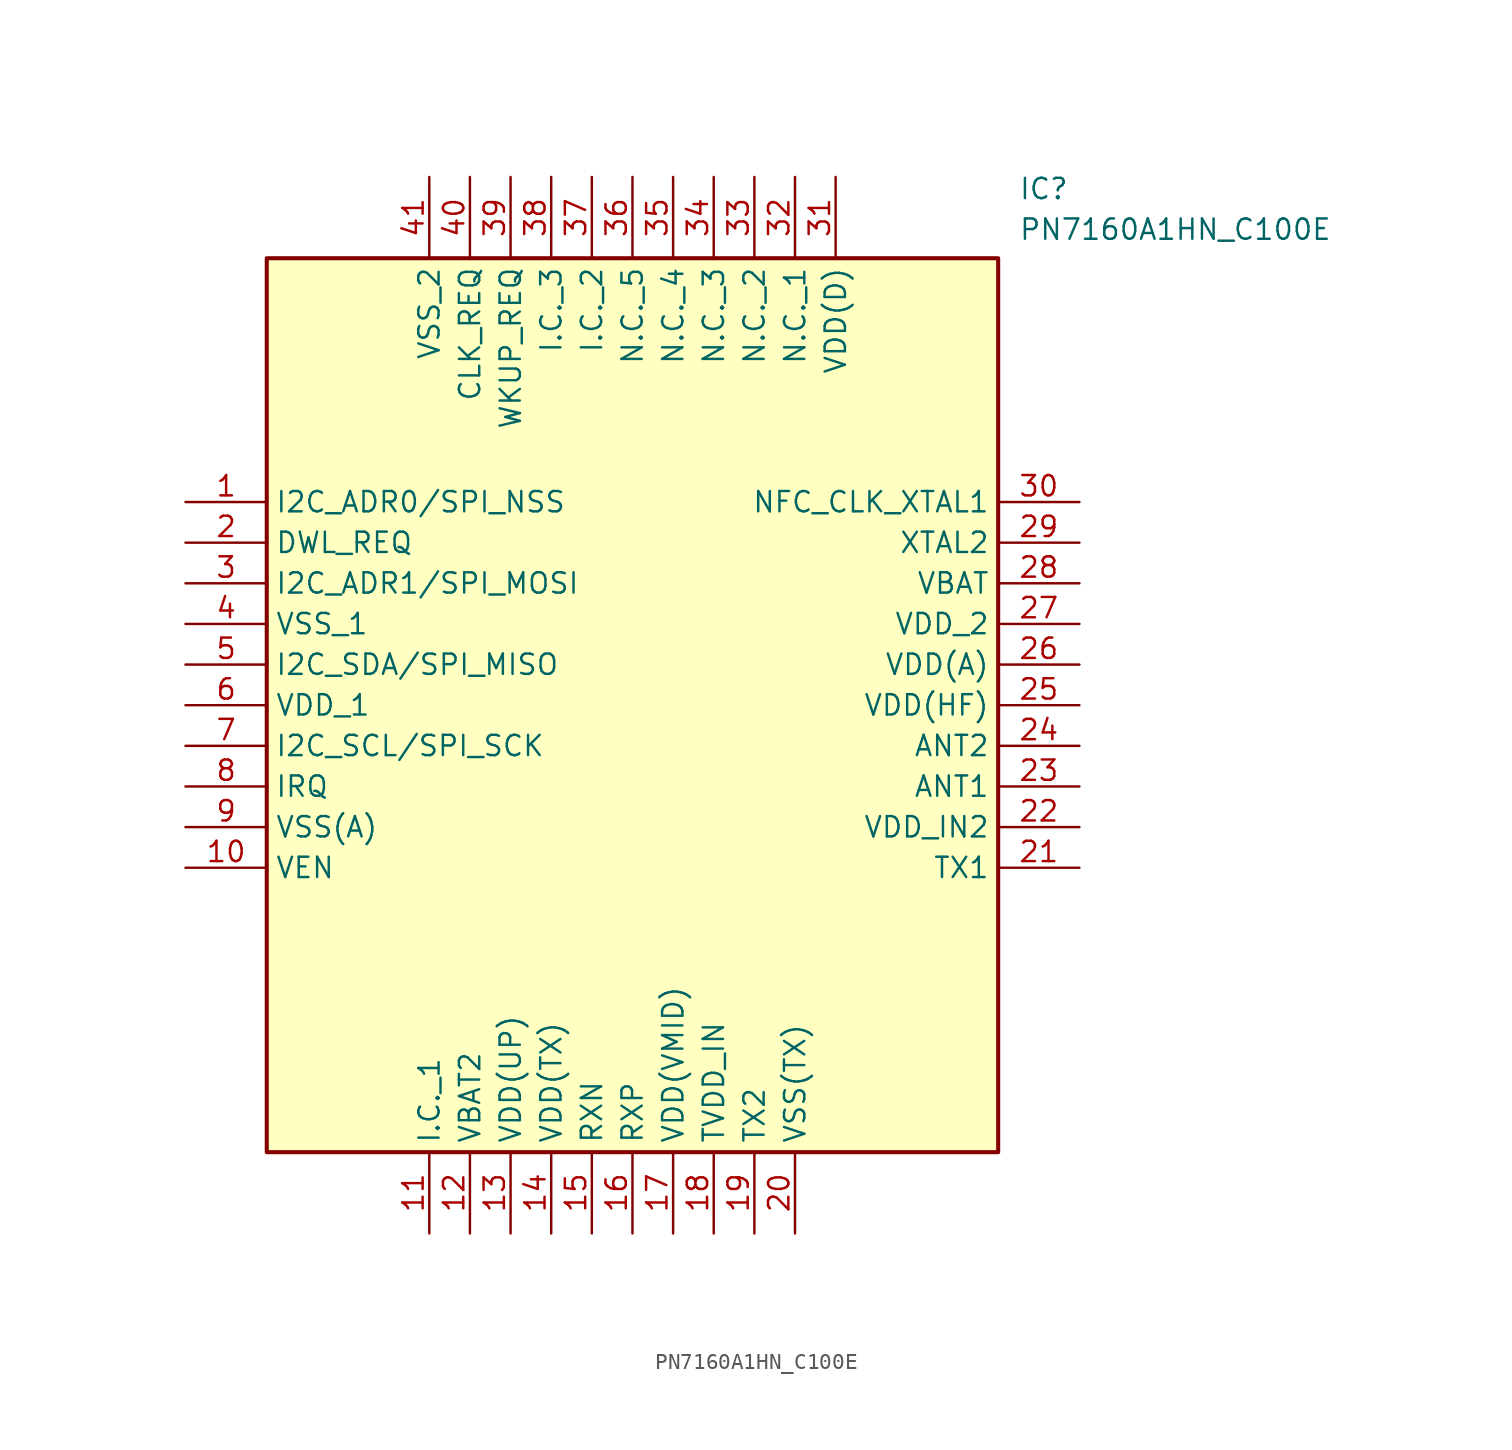
<source format=kicad_sym>
(kicad_symbol_lib
  (version 20211014)
  (generator SamacSys_ECAD_Model)
  (symbol "PN7160A1HN_C100E"
    (property "Reference" "IC"
      (at 52.07 20.32 0)
      (effects (font (size 1.27 1.27)) (justify left top)))
    (property "Value" "PN7160A1HN_C100E"
      (at 52.07 17.78 0)
      (effects (font (size 1.27 1.27)) (justify left top)))
    (rectangle
      (start 5.08 15.24)
      (end 50.8 -40.64)
      (stroke (width 0.254) (type default))
      (fill (type background)))
    (pin passive line
      (at 0 0 0)
      (length 5.08)
      (name "I2C_ADR0/SPI_NSS" (effects (font (size 1.27 1.27))))
      (number "1" (effects (font (size 1.27 1.27)))))
    (pin passive line
      (at 0 -2.54 0)
      (length 5.08)
      (name "DWL_REQ" (effects (font (size 1.27 1.27))))
      (number "2" (effects (font (size 1.27 1.27)))))
    (pin passive line
      (at 0 -5.08 0)
      (length 5.08)
      (name "I2C_ADR1/SPI_MOSI" (effects (font (size 1.27 1.27))))
      (number "3" (effects (font (size 1.27 1.27)))))
    (pin passive line
      (at 0 -7.62 0)
      (length 5.08)
      (name "VSS_1" (effects (font (size 1.27 1.27))))
      (number "4" (effects (font (size 1.27 1.27)))))
    (pin passive line
      (at 0 -10.16 0)
      (length 5.08)
      (name "I2C_SDA/SPI_MISO" (effects (font (size 1.27 1.27))))
      (number "5" (effects (font (size 1.27 1.27)))))
    (pin passive line
      (at 0 -12.7 0)
      (length 5.08)
      (name "VDD_1" (effects (font (size 1.27 1.27))))
      (number "6" (effects (font (size 1.27 1.27)))))
    (pin passive line
      (at 0 -15.24 0)
      (length 5.08)
      (name "I2C_SCL/SPI_SCK" (effects (font (size 1.27 1.27))))
      (number "7" (effects (font (size 1.27 1.27)))))
    (pin passive line
      (at 0 -17.78 0)
      (length 5.08)
      (name "IRQ" (effects (font (size 1.27 1.27))))
      (number "8" (effects (font (size 1.27 1.27)))))
    (pin passive line
      (at 0 -20.32 0)
      (length 5.08)
      (name "VSS(A)" (effects (font (size 1.27 1.27))))
      (number "9" (effects (font (size 1.27 1.27)))))
    (pin passive line
      (at 0 -22.86 0)
      (length 5.08)
      (name "VEN" (effects (font (size 1.27 1.27))))
      (number "10" (effects (font (size 1.27 1.27)))))
    (pin passive line
      (at 15.24 -45.72 90)
      (length 5.08)
      (name "I.C._1" (effects (font (size 1.27 1.27))))
      (number "11" (effects (font (size 1.27 1.27)))))
    (pin passive line
      (at 17.78 -45.72 90)
      (length 5.08)
      (name "VBAT2" (effects (font (size 1.27 1.27))))
      (number "12" (effects (font (size 1.27 1.27)))))
    (pin passive line
      (at 20.32 -45.72 90)
      (length 5.08)
      (name "VDD(UP)" (effects (font (size 1.27 1.27))))
      (number "13" (effects (font (size 1.27 1.27)))))
    (pin passive line
      (at 22.86 -45.72 90)
      (length 5.08)
      (name "VDD(TX)" (effects (font (size 1.27 1.27))))
      (number "14" (effects (font (size 1.27 1.27)))))
    (pin passive line
      (at 25.4 -45.72 90)
      (length 5.08)
      (name "RXN" (effects (font (size 1.27 1.27))))
      (number "15" (effects (font (size 1.27 1.27)))))
    (pin passive line
      (at 27.94 -45.72 90)
      (length 5.08)
      (name "RXP" (effects (font (size 1.27 1.27))))
      (number "16" (effects (font (size 1.27 1.27)))))
    (pin passive line
      (at 30.48 -45.72 90)
      (length 5.08)
      (name "VDD(VMID)" (effects (font (size 1.27 1.27))))
      (number "17" (effects (font (size 1.27 1.27)))))
    (pin passive line
      (at 33.02 -45.72 90)
      (length 5.08)
      (name "TVDD_IN" (effects (font (size 1.27 1.27))))
      (number "18" (effects (font (size 1.27 1.27)))))
    (pin passive line
      (at 35.56 -45.72 90)
      (length 5.08)
      (name "TX2" (effects (font (size 1.27 1.27))))
      (number "19" (effects (font (size 1.27 1.27)))))
    (pin passive line
      (at 38.1 -45.72 90)
      (length 5.08)
      (name "VSS(TX)" (effects (font (size 1.27 1.27))))
      (number "20" (effects (font (size 1.27 1.27)))))
    (pin passive line
      (at 55.88 0 180)
      (length 5.08)
      (name "NFC_CLK_XTAL1" (effects (font (size 1.27 1.27))))
      (number "30" (effects (font (size 1.27 1.27)))))
    (pin passive line
      (at 55.88 -2.54 180)
      (length 5.08)
      (name "XTAL2" (effects (font (size 1.27 1.27))))
      (number "29" (effects (font (size 1.27 1.27)))))
    (pin passive line
      (at 55.88 -5.08 180)
      (length 5.08)
      (name "VBAT" (effects (font (size 1.27 1.27))))
      (number "28" (effects (font (size 1.27 1.27)))))
    (pin passive line
      (at 55.88 -7.62 180)
      (length 5.08)
      (name "VDD_2" (effects (font (size 1.27 1.27))))
      (number "27" (effects (font (size 1.27 1.27)))))
    (pin passive line
      (at 55.88 -10.16 180)
      (length 5.08)
      (name "VDD(A)" (effects (font (size 1.27 1.27))))
      (number "26" (effects (font (size 1.27 1.27)))))
    (pin passive line
      (at 55.88 -12.7 180)
      (length 5.08)
      (name "VDD(HF)" (effects (font (size 1.27 1.27))))
      (number "25" (effects (font (size 1.27 1.27)))))
    (pin passive line
      (at 55.88 -15.24 180)
      (length 5.08)
      (name "ANT2" (effects (font (size 1.27 1.27))))
      (number "24" (effects (font (size 1.27 1.27)))))
    (pin passive line
      (at 55.88 -17.78 180)
      (length 5.08)
      (name "ANT1" (effects (font (size 1.27 1.27))))
      (number "23" (effects (font (size 1.27 1.27)))))
    (pin passive line
      (at 55.88 -20.32 180)
      (length 5.08)
      (name "VDD_IN2" (effects (font (size 1.27 1.27))))
      (number "22" (effects (font (size 1.27 1.27)))))
    (pin passive line
      (at 55.88 -22.86 180)
      (length 5.08)
      (name "TX1" (effects (font (size 1.27 1.27))))
      (number "21" (effects (font (size 1.27 1.27)))))
    (pin passive line
      (at 15.24 20.32 270)
      (length 5.08)
      (name "VSS_2" (effects (font (size 1.27 1.27))))
      (number "41" (effects (font (size 1.27 1.27)))))
    (pin passive line
      (at 17.78 20.32 270)
      (length 5.08)
      (name "CLK_REQ" (effects (font (size 1.27 1.27))))
      (number "40" (effects (font (size 1.27 1.27)))))
    (pin passive line
      (at 20.32 20.32 270)
      (length 5.08)
      (name "WKUP_REQ" (effects (font (size 1.27 1.27))))
      (number "39" (effects (font (size 1.27 1.27)))))
    (pin passive line
      (at 22.86 20.32 270)
      (length 5.08)
      (name "I.C._3" (effects (font (size 1.27 1.27))))
      (number "38" (effects (font (size 1.27 1.27)))))
    (pin passive line
      (at 25.4 20.32 270)
      (length 5.08)
      (name "I.C._2" (effects (font (size 1.27 1.27))))
      (number "37" (effects (font (size 1.27 1.27)))))
    (pin passive line
      (at 27.94 20.32 270)
      (length 5.08)
      (name "N.C._5" (effects (font (size 1.27 1.27))))
      (number "36" (effects (font (size 1.27 1.27)))))
    (pin passive line
      (at 30.48 20.32 270)
      (length 5.08)
      (name "N.C._4" (effects (font (size 1.27 1.27))))
      (number "35" (effects (font (size 1.27 1.27)))))
    (pin passive line
      (at 33.02 20.32 270)
      (length 5.08)
      (name "N.C._3" (effects (font (size 1.27 1.27))))
      (number "34" (effects (font (size 1.27 1.27)))))
    (pin passive line
      (at 35.56 20.32 270)
      (length 5.08)
      (name "N.C._2" (effects (font (size 1.27 1.27))))
      (number "33" (effects (font (size 1.27 1.27)))))
    (pin passive line
      (at 38.1 20.32 270)
      (length 5.08)
      (name "N.C._1" (effects (font (size 1.27 1.27))))
      (number "32" (effects (font (size 1.27 1.27)))))
    (pin passive line
      (at 40.64 20.32 270)
      (length 5.08)
      (name "VDD(D)" (effects (font (size 1.27 1.27))))
      (number "31" (effects (font (size 1.27 1.27)))))))
</source>
